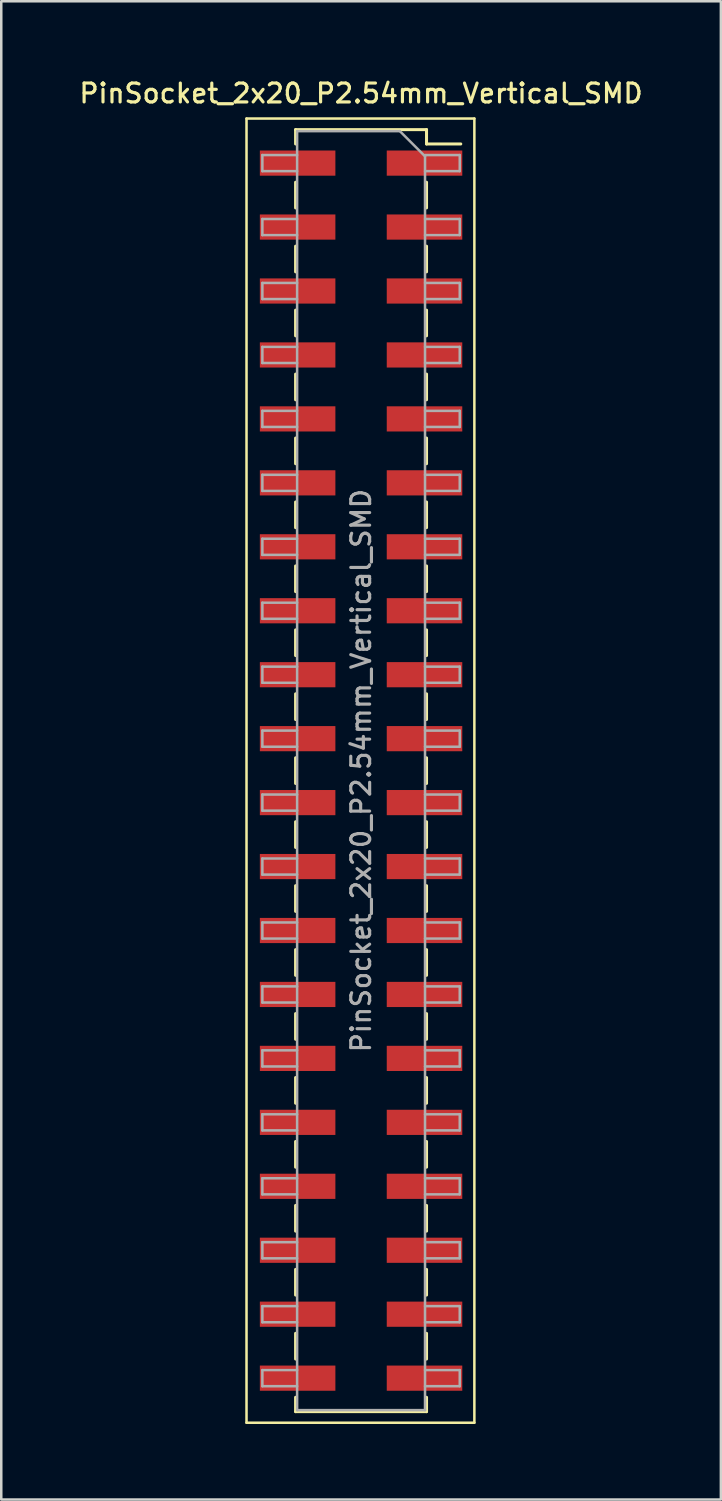
<source format=kicad_pcb>
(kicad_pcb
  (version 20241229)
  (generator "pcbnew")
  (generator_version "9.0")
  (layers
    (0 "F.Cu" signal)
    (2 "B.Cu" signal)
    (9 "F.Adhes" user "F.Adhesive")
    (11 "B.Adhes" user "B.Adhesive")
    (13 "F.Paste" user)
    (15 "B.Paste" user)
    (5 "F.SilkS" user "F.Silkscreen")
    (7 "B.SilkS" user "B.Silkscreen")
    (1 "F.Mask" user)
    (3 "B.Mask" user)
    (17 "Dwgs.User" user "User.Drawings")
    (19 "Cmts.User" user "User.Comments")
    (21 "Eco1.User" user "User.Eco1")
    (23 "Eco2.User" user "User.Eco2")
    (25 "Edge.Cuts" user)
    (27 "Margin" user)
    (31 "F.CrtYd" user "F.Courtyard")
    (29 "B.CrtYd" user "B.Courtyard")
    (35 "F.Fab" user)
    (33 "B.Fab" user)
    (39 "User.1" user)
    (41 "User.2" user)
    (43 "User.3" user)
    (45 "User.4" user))
  (footprint "PinSocket_2x20_P2.54mm_Vertical_SMD"
    (layer "F.Cu")
    (at 11.291 27.558)
    (property "Reference" "PinSocket_2x20_P2.54mm_Vertical_SMD" (at 0 -26.9 0) (layer "F.SilkS") (effects (font (size 0.75 0.75) (thickness 0.125))))
    (attr smd)
    (fp_line (start -4.55 -25.9) (end 4.5 -25.9) (stroke (width 0.1) (type solid)) (layer "F.SilkS"))
    (fp_line (start -4.55 25.9) (end -4.55 -25.9) (stroke (width 0.1) (type solid)) (layer "F.SilkS"))
    (fp_line (start -2.6 -25.46) (end -2.6 -24.89) (stroke (width 0.12) (type solid)) (layer "F.SilkS"))
    (fp_line (start -2.6 -25.46) (end 2.6 -25.46) (stroke (width 0.12) (type solid)) (layer "F.SilkS"))
    (fp_line (start -2.6 -23.37) (end -2.6 -22.35) (stroke (width 0.12) (type solid)) (layer "F.SilkS"))
    (fp_line (start -2.6 -20.83) (end -2.6 -19.81) (stroke (width 0.12) (type solid)) (layer "F.SilkS"))
    (fp_line (start -2.6 -18.29) (end -2.6 -17.27) (stroke (width 0.12) (type solid)) (layer "F.SilkS"))
    (fp_line (start -2.6 -15.75) (end -2.6 -14.73) (stroke (width 0.12) (type solid)) (layer "F.SilkS"))
    (fp_line (start -2.6 -13.21) (end -2.6 -12.19) (stroke (width 0.12) (type solid)) (layer "F.SilkS"))
    (fp_line (start -2.6 -10.67) (end -2.6 -9.65) (stroke (width 0.12) (type solid)) (layer "F.SilkS"))
    (fp_line (start -2.6 -8.13) (end -2.6 -7.11) (stroke (width 0.12) (type solid)) (layer "F.SilkS"))
    (fp_line (start -2.6 -5.59) (end -2.6 -4.57) (stroke (width 0.12) (type solid)) (layer "F.SilkS"))
    (fp_line (start -2.6 -3.05) (end -2.6 -2.03) (stroke (width 0.12) (type solid)) (layer "F.SilkS"))
    (fp_line (start -2.6 -0.51) (end -2.6 0.51) (stroke (width 0.12) (type solid)) (layer "F.SilkS"))
    (fp_line (start -2.6 2.03) (end -2.6 3.05) (stroke (width 0.12) (type solid)) (layer "F.SilkS"))
    (fp_line (start -2.6 4.57) (end -2.6 5.59) (stroke (width 0.12) (type solid)) (layer "F.SilkS"))
    (fp_line (start -2.6 7.11) (end -2.6 8.13) (stroke (width 0.12) (type solid)) (layer "F.SilkS"))
    (fp_line (start -2.6 9.65) (end -2.6 10.67) (stroke (width 0.12) (type solid)) (layer "F.SilkS"))
    (fp_line (start -2.6 12.19) (end -2.6 13.21) (stroke (width 0.12) (type solid)) (layer "F.SilkS"))
    (fp_line (start -2.6 14.73) (end -2.6 15.75) (stroke (width 0.12) (type solid)) (layer "F.SilkS"))
    (fp_line (start -2.6 17.27) (end -2.6 18.29) (stroke (width 0.12) (type solid)) (layer "F.SilkS"))
    (fp_line (start -2.6 19.81) (end -2.6 20.83) (stroke (width 0.12) (type solid)) (layer "F.SilkS"))
    (fp_line (start -2.6 22.35) (end -2.6 23.37) (stroke (width 0.12) (type solid)) (layer "F.SilkS"))
    (fp_line (start -2.6 24.89) (end -2.6 25.46) (stroke (width 0.12) (type solid)) (layer "F.SilkS"))
    (fp_line (start -2.6 25.46) (end 2.6 25.46) (stroke (width 0.12) (type solid)) (layer "F.SilkS"))
    (fp_line (start 2.6 -25.46) (end 2.6 -24.89) (stroke (width 0.12) (type solid)) (layer "F.SilkS"))
    (fp_line (start 2.6 -24.89) (end 3.96 -24.89) (stroke (width 0.12) (type solid)) (layer "F.SilkS"))
    (fp_line (start 2.6 -23.37) (end 2.6 -22.35) (stroke (width 0.12) (type solid)) (layer "F.SilkS"))
    (fp_line (start 2.6 -20.83) (end 2.6 -19.81) (stroke (width 0.12) (type solid)) (layer "F.SilkS"))
    (fp_line (start 2.6 -18.29) (end 2.6 -17.27) (stroke (width 0.12) (type solid)) (layer "F.SilkS"))
    (fp_line (start 2.6 -15.75) (end 2.6 -14.73) (stroke (width 0.12) (type solid)) (layer "F.SilkS"))
    (fp_line (start 2.6 -13.21) (end 2.6 -12.19) (stroke (width 0.12) (type solid)) (layer "F.SilkS"))
    (fp_line (start 2.6 -10.67) (end 2.6 -9.65) (stroke (width 0.12) (type solid)) (layer "F.SilkS"))
    (fp_line (start 2.6 -8.13) (end 2.6 -7.11) (stroke (width 0.12) (type solid)) (layer "F.SilkS"))
    (fp_line (start 2.6 -5.59) (end 2.6 -4.57) (stroke (width 0.12) (type solid)) (layer "F.SilkS"))
    (fp_line (start 2.6 -3.05) (end 2.6 -2.03) (stroke (width 0.12) (type solid)) (layer "F.SilkS"))
    (fp_line (start 2.6 -0.51) (end 2.6 0.51) (stroke (width 0.12) (type solid)) (layer "F.SilkS"))
    (fp_line (start 2.6 2.03) (end 2.6 3.05) (stroke (width 0.12) (type solid)) (layer "F.SilkS"))
    (fp_line (start 2.6 4.57) (end 2.6 5.59) (stroke (width 0.12) (type solid)) (layer "F.SilkS"))
    (fp_line (start 2.6 7.11) (end 2.6 8.13) (stroke (width 0.12) (type solid)) (layer "F.SilkS"))
    (fp_line (start 2.6 9.65) (end 2.6 10.67) (stroke (width 0.12) (type solid)) (layer "F.SilkS"))
    (fp_line (start 2.6 12.19) (end 2.6 13.21) (stroke (width 0.12) (type solid)) (layer "F.SilkS"))
    (fp_line (start 2.6 14.73) (end 2.6 15.75) (stroke (width 0.12) (type solid)) (layer "F.SilkS"))
    (fp_line (start 2.6 17.27) (end 2.6 18.29) (stroke (width 0.12) (type solid)) (layer "F.SilkS"))
    (fp_line (start 2.6 19.81) (end 2.6 20.83) (stroke (width 0.12) (type solid)) (layer "F.SilkS"))
    (fp_line (start 2.6 22.35) (end 2.6 23.37) (stroke (width 0.12) (type solid)) (layer "F.SilkS"))
    (fp_line (start 2.6 24.89) (end 2.6 25.46) (stroke (width 0.12) (type solid)) (layer "F.SilkS"))
    (fp_line (start 4.5 -25.9) (end 4.5 25.9) (stroke (width 0.1) (type solid)) (layer "F.SilkS"))
    (fp_line (start 4.5 25.9) (end -4.55 25.9) (stroke (width 0.1) (type solid)) (layer "F.SilkS"))
    (fp_line (start -3.92 -24.45) (end -2.54 -24.45) (stroke (width 0.1) (type solid)) (layer "F.Fab"))
    (fp_line (start -3.92 -23.81) (end -3.92 -24.45) (stroke (width 0.1) (type solid)) (layer "F.Fab"))
    (fp_line (start -3.92 -21.91) (end -2.54 -21.91) (stroke (width 0.1) (type solid)) (layer "F.Fab"))
    (fp_line (start -3.92 -21.27) (end -3.92 -21.91) (stroke (width 0.1) (type solid)) (layer "F.Fab"))
    (fp_line (start -3.92 -19.37) (end -2.54 -19.37) (stroke (width 0.1) (type solid)) (layer "F.Fab"))
    (fp_line (start -3.92 -18.73) (end -3.92 -19.37) (stroke (width 0.1) (type solid)) (layer "F.Fab"))
    (fp_line (start -3.92 -16.83) (end -2.54 -16.83) (stroke (width 0.1) (type solid)) (layer "F.Fab"))
    (fp_line (start -3.92 -16.19) (end -3.92 -16.83) (stroke (width 0.1) (type solid)) (layer "F.Fab"))
    (fp_line (start -3.92 -14.29) (end -2.54 -14.29) (stroke (width 0.1) (type solid)) (layer "F.Fab"))
    (fp_line (start -3.92 -13.65) (end -3.92 -14.29) (stroke (width 0.1) (type solid)) (layer "F.Fab"))
    (fp_line (start -3.92 -11.75) (end -2.54 -11.75) (stroke (width 0.1) (type solid)) (layer "F.Fab"))
    (fp_line (start -3.92 -11.11) (end -3.92 -11.75) (stroke (width 0.1) (type solid)) (layer "F.Fab"))
    (fp_line (start -3.92 -9.21) (end -2.54 -9.21) (stroke (width 0.1) (type solid)) (layer "F.Fab"))
    (fp_line (start -3.92 -8.57) (end -3.92 -9.21) (stroke (width 0.1) (type solid)) (layer "F.Fab"))
    (fp_line (start -3.92 -6.67) (end -2.54 -6.67) (stroke (width 0.1) (type solid)) (layer "F.Fab"))
    (fp_line (start -3.92 -6.03) (end -3.92 -6.67) (stroke (width 0.1) (type solid)) (layer "F.Fab"))
    (fp_line (start -3.92 -4.13) (end -2.54 -4.13) (stroke (width 0.1) (type solid)) (layer "F.Fab"))
    (fp_line (start -3.92 -3.49) (end -3.92 -4.13) (stroke (width 0.1) (type solid)) (layer "F.Fab"))
    (fp_line (start -3.92 -1.59) (end -2.54 -1.59) (stroke (width 0.1) (type solid)) (layer "F.Fab"))
    (fp_line (start -3.92 -0.95) (end -3.92 -1.59) (stroke (width 0.1) (type solid)) (layer "F.Fab"))
    (fp_line (start -3.92 0.95) (end -2.54 0.95) (stroke (width 0.1) (type solid)) (layer "F.Fab"))
    (fp_line (start -3.92 1.59) (end -3.92 0.95) (stroke (width 0.1) (type solid)) (layer "F.Fab"))
    (fp_line (start -3.92 3.49) (end -2.54 3.49) (stroke (width 0.1) (type solid)) (layer "F.Fab"))
    (fp_line (start -3.92 4.13) (end -3.92 3.49) (stroke (width 0.1) (type solid)) (layer "F.Fab"))
    (fp_line (start -3.92 6.03) (end -2.54 6.03) (stroke (width 0.1) (type solid)) (layer "F.Fab"))
    (fp_line (start -3.92 6.67) (end -3.92 6.03) (stroke (width 0.1) (type solid)) (layer "F.Fab"))
    (fp_line (start -3.92 8.57) (end -2.54 8.57) (stroke (width 0.1) (type solid)) (layer "F.Fab"))
    (fp_line (start -3.92 9.21) (end -3.92 8.57) (stroke (width 0.1) (type solid)) (layer "F.Fab"))
    (fp_line (start -3.92 11.11) (end -2.54 11.11) (stroke (width 0.1) (type solid)) (layer "F.Fab"))
    (fp_line (start -3.92 11.75) (end -3.92 11.11) (stroke (width 0.1) (type solid)) (layer "F.Fab"))
    (fp_line (start -3.92 13.65) (end -2.54 13.65) (stroke (width 0.1) (type solid)) (layer "F.Fab"))
    (fp_line (start -3.92 14.29) (end -3.92 13.65) (stroke (width 0.1) (type solid)) (layer "F.Fab"))
    (fp_line (start -3.92 16.19) (end -2.54 16.19) (stroke (width 0.1) (type solid)) (layer "F.Fab"))
    (fp_line (start -3.92 16.83) (end -3.92 16.19) (stroke (width 0.1) (type solid)) (layer "F.Fab"))
    (fp_line (start -3.92 18.73) (end -2.54 18.73) (stroke (width 0.1) (type solid)) (layer "F.Fab"))
    (fp_line (start -3.92 19.37) (end -3.92 18.73) (stroke (width 0.1) (type solid)) (layer "F.Fab"))
    (fp_line (start -3.92 21.27) (end -2.54 21.27) (stroke (width 0.1) (type solid)) (layer "F.Fab"))
    (fp_line (start -3.92 21.91) (end -3.92 21.27) (stroke (width 0.1) (type solid)) (layer "F.Fab"))
    (fp_line (start -3.92 23.81) (end -2.54 23.81) (stroke (width 0.1) (type solid)) (layer "F.Fab"))
    (fp_line (start -3.92 24.45) (end -3.92 23.81) (stroke (width 0.1) (type solid)) (layer "F.Fab"))
    (fp_line (start -2.54 -25.4) (end 1.54 -25.4) (stroke (width 0.1) (type solid)) (layer "F.Fab"))
    (fp_line (start -2.54 -23.81) (end -3.92 -23.81) (stroke (width 0.1) (type solid)) (layer "F.Fab"))
    (fp_line (start -2.54 -21.27) (end -3.92 -21.27) (stroke (width 0.1) (type solid)) (layer "F.Fab"))
    (fp_line (start -2.54 -18.73) (end -3.92 -18.73) (stroke (width 0.1) (type solid)) (layer "F.Fab"))
    (fp_line (start -2.54 -16.19) (end -3.92 -16.19) (stroke (width 0.1) (type solid)) (layer "F.Fab"))
    (fp_line (start -2.54 -13.65) (end -3.92 -13.65) (stroke (width 0.1) (type solid)) (layer "F.Fab"))
    (fp_line (start -2.54 -11.11) (end -3.92 -11.11) (stroke (width 0.1) (type solid)) (layer "F.Fab"))
    (fp_line (start -2.54 -8.57) (end -3.92 -8.57) (stroke (width 0.1) (type solid)) (layer "F.Fab"))
    (fp_line (start -2.54 -6.03) (end -3.92 -6.03) (stroke (width 0.1) (type solid)) (layer "F.Fab"))
    (fp_line (start -2.54 -3.49) (end -3.92 -3.49) (stroke (width 0.1) (type solid)) (layer "F.Fab"))
    (fp_line (start -2.54 -0.95) (end -3.92 -0.95) (stroke (width 0.1) (type solid)) (layer "F.Fab"))
    (fp_line (start -2.54 1.59) (end -3.92 1.59) (stroke (width 0.1) (type solid)) (layer "F.Fab"))
    (fp_line (start -2.54 4.13) (end -3.92 4.13) (stroke (width 0.1) (type solid)) (layer "F.Fab"))
    (fp_line (start -2.54 6.67) (end -3.92 6.67) (stroke (width 0.1) (type solid)) (layer "F.Fab"))
    (fp_line (start -2.54 9.21) (end -3.92 9.21) (stroke (width 0.1) (type solid)) (layer "F.Fab"))
    (fp_line (start -2.54 11.75) (end -3.92 11.75) (stroke (width 0.1) (type solid)) (layer "F.Fab"))
    (fp_line (start -2.54 14.29) (end -3.92 14.29) (stroke (width 0.1) (type solid)) (layer "F.Fab"))
    (fp_line (start -2.54 16.83) (end -3.92 16.83) (stroke (width 0.1) (type solid)) (layer "F.Fab"))
    (fp_line (start -2.54 19.37) (end -3.92 19.37) (stroke (width 0.1) (type solid)) (layer "F.Fab"))
    (fp_line (start -2.54 21.91) (end -3.92 21.91) (stroke (width 0.1) (type solid)) (layer "F.Fab"))
    (fp_line (start -2.54 24.45) (end -3.92 24.45) (stroke (width 0.1) (type solid)) (layer "F.Fab"))
    (fp_line (start -2.54 25.4) (end -2.54 -25.4) (stroke (width 0.1) (type solid)) (layer "F.Fab"))
    (fp_line (start 1.54 -25.4) (end 2.54 -24.4) (stroke (width 0.1) (type solid)) (layer "F.Fab"))
    (fp_line (start 2.54 -24.45) (end 3.92 -24.45) (stroke (width 0.1) (type solid)) (layer "F.Fab"))
    (fp_line (start 2.54 -24.4) (end 2.54 25.4) (stroke (width 0.1) (type solid)) (layer "F.Fab"))
    (fp_line (start 2.54 -21.91) (end 3.92 -21.91) (stroke (width 0.1) (type solid)) (layer "F.Fab"))
    (fp_line (start 2.54 -19.37) (end 3.92 -19.37) (stroke (width 0.1) (type solid)) (layer "F.Fab"))
    (fp_line (start 2.54 -16.83) (end 3.92 -16.83) (stroke (width 0.1) (type solid)) (layer "F.Fab"))
    (fp_line (start 2.54 -14.29) (end 3.92 -14.29) (stroke (width 0.1) (type solid)) (layer "F.Fab"))
    (fp_line (start 2.54 -11.75) (end 3.92 -11.75) (stroke (width 0.1) (type solid)) (layer "F.Fab"))
    (fp_line (start 2.54 -9.21) (end 3.92 -9.21) (stroke (width 0.1) (type solid)) (layer "F.Fab"))
    (fp_line (start 2.54 -6.67) (end 3.92 -6.67) (stroke (width 0.1) (type solid)) (layer "F.Fab"))
    (fp_line (start 2.54 -4.13) (end 3.92 -4.13) (stroke (width 0.1) (type solid)) (layer "F.Fab"))
    (fp_line (start 2.54 -1.59) (end 3.92 -1.59) (stroke (width 0.1) (type solid)) (layer "F.Fab"))
    (fp_line (start 2.54 0.95) (end 3.92 0.95) (stroke (width 0.1) (type solid)) (layer "F.Fab"))
    (fp_line (start 2.54 3.49) (end 3.92 3.49) (stroke (width 0.1) (type solid)) (layer "F.Fab"))
    (fp_line (start 2.54 6.03) (end 3.92 6.03) (stroke (width 0.1) (type solid)) (layer "F.Fab"))
    (fp_line (start 2.54 8.57) (end 3.92 8.57) (stroke (width 0.1) (type solid)) (layer "F.Fab"))
    (fp_line (start 2.54 11.11) (end 3.92 11.11) (stroke (width 0.1) (type solid)) (layer "F.Fab"))
    (fp_line (start 2.54 13.65) (end 3.92 13.65) (stroke (width 0.1) (type solid)) (layer "F.Fab"))
    (fp_line (start 2.54 16.19) (end 3.92 16.19) (stroke (width 0.1) (type solid)) (layer "F.Fab"))
    (fp_line (start 2.54 18.73) (end 3.92 18.73) (stroke (width 0.1) (type solid)) (layer "F.Fab"))
    (fp_line (start 2.54 21.27) (end 3.92 21.27) (stroke (width 0.1) (type solid)) (layer "F.Fab"))
    (fp_line (start 2.54 23.81) (end 3.92 23.81) (stroke (width 0.1) (type solid)) (layer "F.Fab"))
    (fp_line (start 2.54 25.4) (end -2.54 25.4) (stroke (width 0.1) (type solid)) (layer "F.Fab"))
    (fp_line (start 3.92 -24.45) (end 3.92 -23.81) (stroke (width 0.1) (type solid)) (layer "F.Fab"))
    (fp_line (start 3.92 -23.81) (end 2.54 -23.81) (stroke (width 0.1) (type solid)) (layer "F.Fab"))
    (fp_line (start 3.92 -21.91) (end 3.92 -21.27) (stroke (width 0.1) (type solid)) (layer "F.Fab"))
    (fp_line (start 3.92 -21.27) (end 2.54 -21.27) (stroke (width 0.1) (type solid)) (layer "F.Fab"))
    (fp_line (start 3.92 -19.37) (end 3.92 -18.73) (stroke (width 0.1) (type solid)) (layer "F.Fab"))
    (fp_line (start 3.92 -18.73) (end 2.54 -18.73) (stroke (width 0.1) (type solid)) (layer "F.Fab"))
    (fp_line (start 3.92 -16.83) (end 3.92 -16.19) (stroke (width 0.1) (type solid)) (layer "F.Fab"))
    (fp_line (start 3.92 -16.19) (end 2.54 -16.19) (stroke (width 0.1) (type solid)) (layer "F.Fab"))
    (fp_line (start 3.92 -14.29) (end 3.92 -13.65) (stroke (width 0.1) (type solid)) (layer "F.Fab"))
    (fp_line (start 3.92 -13.65) (end 2.54 -13.65) (stroke (width 0.1) (type solid)) (layer "F.Fab"))
    (fp_line (start 3.92 -11.75) (end 3.92 -11.11) (stroke (width 0.1) (type solid)) (layer "F.Fab"))
    (fp_line (start 3.92 -11.11) (end 2.54 -11.11) (stroke (width 0.1) (type solid)) (layer "F.Fab"))
    (fp_line (start 3.92 -9.21) (end 3.92 -8.57) (stroke (width 0.1) (type solid)) (layer "F.Fab"))
    (fp_line (start 3.92 -8.57) (end 2.54 -8.57) (stroke (width 0.1) (type solid)) (layer "F.Fab"))
    (fp_line (start 3.92 -6.67) (end 3.92 -6.03) (stroke (width 0.1) (type solid)) (layer "F.Fab"))
    (fp_line (start 3.92 -6.03) (end 2.54 -6.03) (stroke (width 0.1) (type solid)) (layer "F.Fab"))
    (fp_line (start 3.92 -4.13) (end 3.92 -3.49) (stroke (width 0.1) (type solid)) (layer "F.Fab"))
    (fp_line (start 3.92 -3.49) (end 2.54 -3.49) (stroke (width 0.1) (type solid)) (layer "F.Fab"))
    (fp_line (start 3.92 -1.59) (end 3.92 -0.95) (stroke (width 0.1) (type solid)) (layer "F.Fab"))
    (fp_line (start 3.92 -0.95) (end 2.54 -0.95) (stroke (width 0.1) (type solid)) (layer "F.Fab"))
    (fp_line (start 3.92 0.95) (end 3.92 1.59) (stroke (width 0.1) (type solid)) (layer "F.Fab"))
    (fp_line (start 3.92 1.59) (end 2.54 1.59) (stroke (width 0.1) (type solid)) (layer "F.Fab"))
    (fp_line (start 3.92 3.49) (end 3.92 4.13) (stroke (width 0.1) (type solid)) (layer "F.Fab"))
    (fp_line (start 3.92 4.13) (end 2.54 4.13) (stroke (width 0.1) (type solid)) (layer "F.Fab"))
    (fp_line (start 3.92 6.03) (end 3.92 6.67) (stroke (width 0.1) (type solid)) (layer "F.Fab"))
    (fp_line (start 3.92 6.67) (end 2.54 6.67) (stroke (width 0.1) (type solid)) (layer "F.Fab"))
    (fp_line (start 3.92 8.57) (end 3.92 9.21) (stroke (width 0.1) (type solid)) (layer "F.Fab"))
    (fp_line (start 3.92 9.21) (end 2.54 9.21) (stroke (width 0.1) (type solid)) (layer "F.Fab"))
    (fp_line (start 3.92 11.11) (end 3.92 11.75) (stroke (width 0.1) (type solid)) (layer "F.Fab"))
    (fp_line (start 3.92 11.75) (end 2.54 11.75) (stroke (width 0.1) (type solid)) (layer "F.Fab"))
    (fp_line (start 3.92 13.65) (end 3.92 14.29) (stroke (width 0.1) (type solid)) (layer "F.Fab"))
    (fp_line (start 3.92 14.29) (end 2.54 14.29) (stroke (width 0.1) (type solid)) (layer "F.Fab"))
    (fp_line (start 3.92 16.19) (end 3.92 16.83) (stroke (width 0.1) (type solid)) (layer "F.Fab"))
    (fp_line (start 3.92 16.83) (end 2.54 16.83) (stroke (width 0.1) (type solid)) (layer "F.Fab"))
    (fp_line (start 3.92 18.73) (end 3.92 19.37) (stroke (width 0.1) (type solid)) (layer "F.Fab"))
    (fp_line (start 3.92 19.37) (end 2.54 19.37) (stroke (width 0.1) (type solid)) (layer "F.Fab"))
    (fp_line (start 3.92 21.27) (end 3.92 21.91) (stroke (width 0.1) (type solid)) (layer "F.Fab"))
    (fp_line (start 3.92 21.91) (end 2.54 21.91) (stroke (width 0.1) (type solid)) (layer "F.Fab"))
    (fp_line (start 3.92 23.81) (end 3.92 24.45) (stroke (width 0.1) (type solid)) (layer "F.Fab"))
    (fp_line (start 3.92 24.45) (end 2.54 24.45) (stroke (width 0.1) (type solid)) (layer "F.Fab"))
    (fp_text user "${REFERENCE}" (at 0 0 90) (layer "F.Fab") (effects (font (size 0.75 0.75) (thickness 0.125))))
    (pad "1" smd rect (at 2.52 -24.13) (size 3 1) (layers "F.Cu" "F.Mask" "F.Paste"))
    (pad "2" smd rect (at -2.52 -24.13) (size 3 1) (layers "F.Cu" "F.Mask" "F.Paste"))
    (pad "3" smd rect (at 2.52 -21.59) (size 3 1) (layers "F.Cu" "F.Mask" "F.Paste"))
    (pad "4" smd rect (at -2.52 -21.59) (size 3 1) (layers "F.Cu" "F.Mask" "F.Paste"))
    (pad "5" smd rect (at 2.52 -19.05) (size 3 1) (layers "F.Cu" "F.Mask" "F.Paste"))
    (pad "6" smd rect (at -2.52 -19.05) (size 3 1) (layers "F.Cu" "F.Mask" "F.Paste"))
    (pad "7" smd rect (at 2.52 -16.51) (size 3 1) (layers "F.Cu" "F.Mask" "F.Paste"))
    (pad "8" smd rect (at -2.52 -16.51) (size 3 1) (layers "F.Cu" "F.Mask" "F.Paste"))
    (pad "9" smd rect (at 2.52 -13.97) (size 3 1) (layers "F.Cu" "F.Mask" "F.Paste"))
    (pad "10" smd rect (at -2.52 -13.97) (size 3 1) (layers "F.Cu" "F.Mask" "F.Paste"))
    (pad "11" smd rect (at 2.52 -11.43) (size 3 1) (layers "F.Cu" "F.Mask" "F.Paste"))
    (pad "12" smd rect (at -2.52 -11.43) (size 3 1) (layers "F.Cu" "F.Mask" "F.Paste"))
    (pad "13" smd rect (at 2.52 -8.89) (size 3 1) (layers "F.Cu" "F.Mask" "F.Paste"))
    (pad "14" smd rect (at -2.52 -8.89) (size 3 1) (layers "F.Cu" "F.Mask" "F.Paste"))
    (pad "15" smd rect (at 2.52 -6.35) (size 3 1) (layers "F.Cu" "F.Mask" "F.Paste"))
    (pad "16" smd rect (at -2.52 -6.35) (size 3 1) (layers "F.Cu" "F.Mask" "F.Paste"))
    (pad "17" smd rect (at 2.52 -3.81) (size 3 1) (layers "F.Cu" "F.Mask" "F.Paste"))
    (pad "18" smd rect (at -2.52 -3.81) (size 3 1) (layers "F.Cu" "F.Mask" "F.Paste"))
    (pad "19" smd rect (at 2.52 -1.27) (size 3 1) (layers "F.Cu" "F.Mask" "F.Paste"))
    (pad "20" smd rect (at -2.52 -1.27) (size 3 1) (layers "F.Cu" "F.Mask" "F.Paste"))
    (pad "21" smd rect (at 2.52 1.27) (size 3 1) (layers "F.Cu" "F.Mask" "F.Paste"))
    (pad "22" smd rect (at -2.52 1.27) (size 3 1) (layers "F.Cu" "F.Mask" "F.Paste"))
    (pad "23" smd rect (at 2.52 3.81) (size 3 1) (layers "F.Cu" "F.Mask" "F.Paste"))
    (pad "24" smd rect (at -2.52 3.81) (size 3 1) (layers "F.Cu" "F.Mask" "F.Paste"))
    (pad "25" smd rect (at 2.52 6.35) (size 3 1) (layers "F.Cu" "F.Mask" "F.Paste"))
    (pad "26" smd rect (at -2.52 6.35) (size 3 1) (layers "F.Cu" "F.Mask" "F.Paste"))
    (pad "27" smd rect (at 2.52 8.89) (size 3 1) (layers "F.Cu" "F.Mask" "F.Paste"))
    (pad "28" smd rect (at -2.52 8.89) (size 3 1) (layers "F.Cu" "F.Mask" "F.Paste"))
    (pad "29" smd rect (at 2.52 11.43) (size 3 1) (layers "F.Cu" "F.Mask" "F.Paste"))
    (pad "30" smd rect (at -2.52 11.43) (size 3 1) (layers "F.Cu" "F.Mask" "F.Paste"))
    (pad "31" smd rect (at 2.52 13.97) (size 3 1) (layers "F.Cu" "F.Mask" "F.Paste"))
    (pad "32" smd rect (at -2.52 13.97) (size 3 1) (layers "F.Cu" "F.Mask" "F.Paste"))
    (pad "33" smd rect (at 2.52 16.51) (size 3 1) (layers "F.Cu" "F.Mask" "F.Paste"))
    (pad "34" smd rect (at -2.52 16.51) (size 3 1) (layers "F.Cu" "F.Mask" "F.Paste"))
    (pad "35" smd rect (at 2.52 19.05) (size 3 1) (layers "F.Cu" "F.Mask" "F.Paste"))
    (pad "36" smd rect (at -2.52 19.05) (size 3 1) (layers "F.Cu" "F.Mask" "F.Paste"))
    (pad "37" smd rect (at 2.52 21.59) (size 3 1) (layers "F.Cu" "F.Mask" "F.Paste"))
    (pad "38" smd rect (at -2.52 21.59) (size 3 1) (layers "F.Cu" "F.Mask" "F.Paste"))
    (pad "39" smd rect (at 2.52 24.13) (size 3 1) (layers "F.Cu" "F.Mask" "F.Paste"))
    (pad "40" smd rect (at -2.52 24.13) (size 3 1) (layers "F.Cu" "F.Mask" "F.Paste")))
  (gr_rect
    (start -3 -3)
    (end 25.582 56.508)
    (stroke (width 0.1) (type default))
    (fill no)
    (layer "Edge.Cuts")))
</source>
